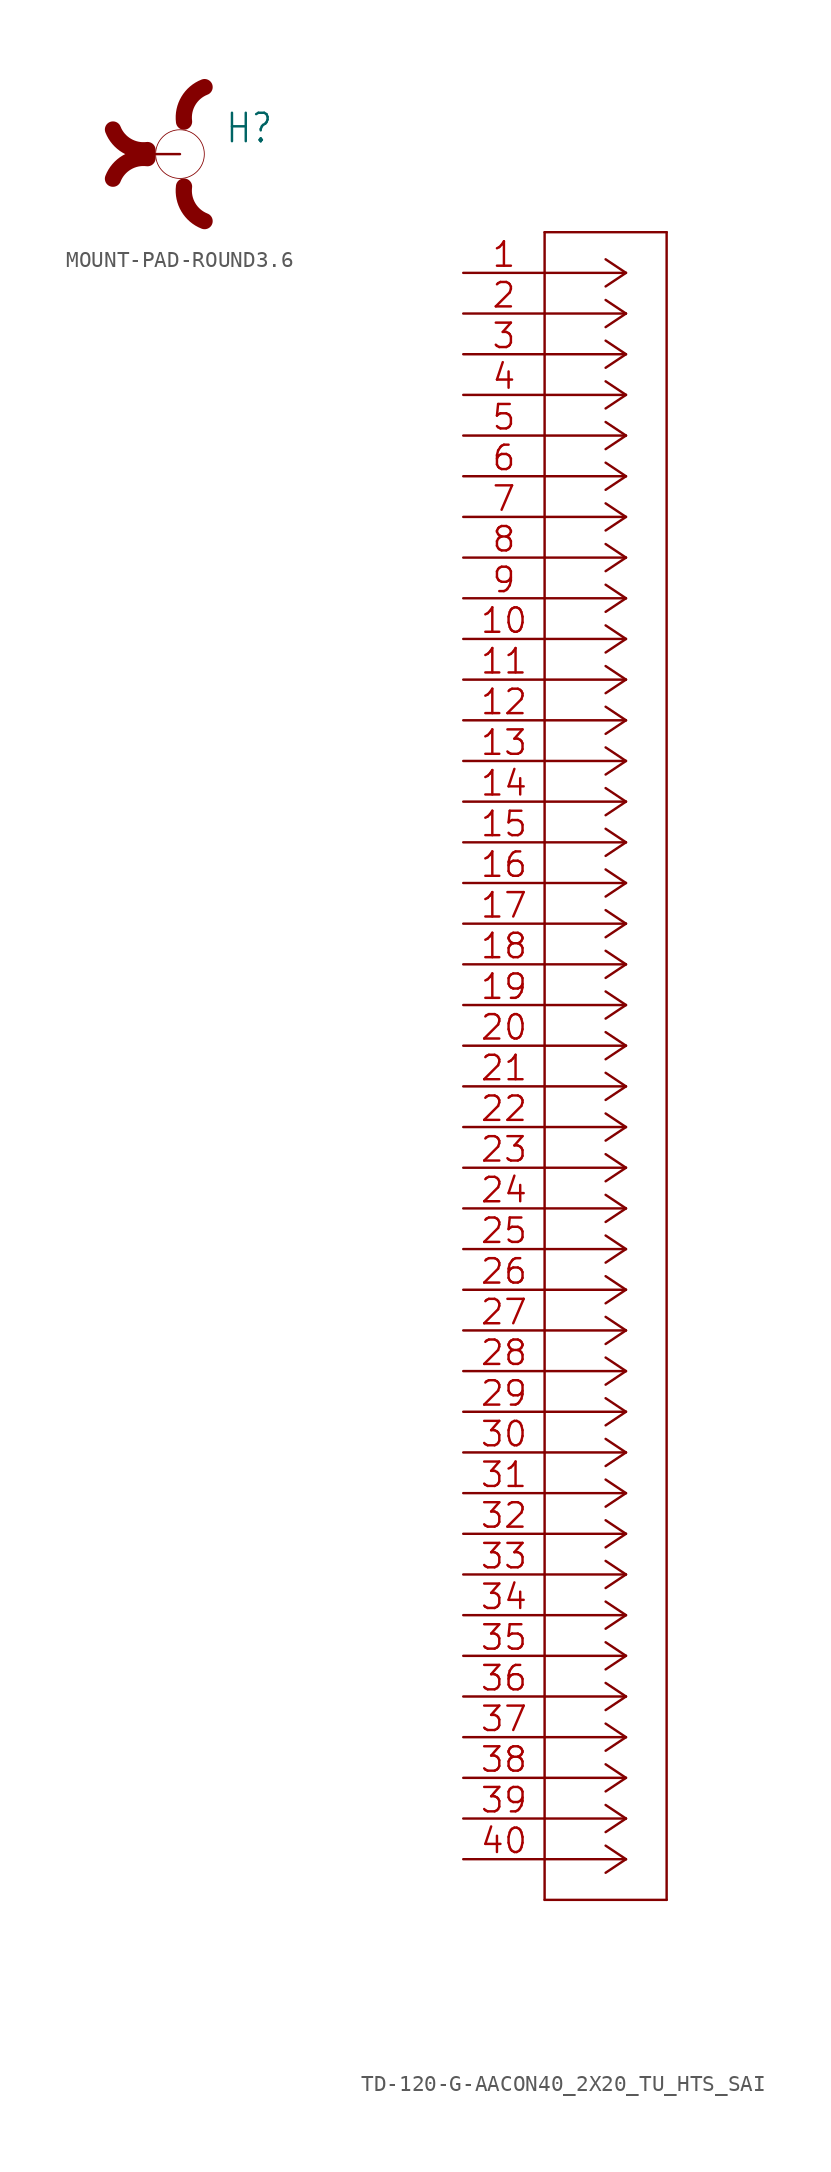
<source format=kicad_sym>
(kicad_symbol_lib
  (version 20241209)
  (generator "kicad_symbol_editor")
  (generator_version "9.0")
  (symbol "MOUNT-PAD-ROUND3.6"
    (property "Reference" "H"
      (at 2.794 0.584 0)
      (effects (font (size 1.778 1.511)) (justify left bottom)))
    (property "Value" ""
      (at 2.794 -2.464 0)
      (effects (font (size 1.778 1.511)) (justify left bottom)))
    (property "ki_locked" ""
      (at 0 0 0)
      (effects (font (size 1.27 1.27))))
    (symbol "MOUNT-PAD-ROUND3.6_1_0"
      (arc (start -2.032 0.254) (mid -3.333 0.5261) (end -4.193 1.5396) (stroke (width 1.016) (type solid)) (fill (type none)))
      (arc (start -4.193 -1.5396) (mid -3.3331 -0.526) (end -2.032 -0.254) (stroke (width 1.016) (type solid)) (fill (type none)))
      (circle (center 0 0) (radius 1.524) (stroke (width 0.051) (type solid)) (fill (type none)))
      (arc (start 0.254 2.032) (mid 0.5261 3.333) (end 1.5396 4.193) (stroke (width 1.016) (type solid)) (fill (type none)))
      (arc (start 1.5396 -4.193) (mid 0.526 -3.3331) (end 0.254 -2.032) (stroke (width 1.016) (type solid)) (fill (type none)))
      (pin passive line (at -2.54 0 0) (length 2.54) (name "MOUNT" (effects (font (size 0 0)))) (number "B3,6" (effects (font (size 0 0)))))))
  (symbol "TD-120-G-AACON40_2X20_TU_HTS_SAI"
    (property "Reference" "J"
      (at 4.165 5.309 0)
      (effects (font (size 2.083 1.77)) (justify left bottom) (hide yes)))
    (property "ki_locked" ""
      (at 0 0 0)
      (effects (font (size 1.27 1.27))))
    (symbol "TD-120-G-AACON40_2X20_TU_HTS_SAI_1_0"
      (polyline (pts (xy 5.08 2.54) (xy 5.08 -101.6)) (stroke (width 0.152) (type solid)) (fill (type none)))
      (polyline (pts (xy 5.08 -101.6) (xy 12.7 -101.6)) (stroke (width 0.152) (type solid)) (fill (type none)))
      (polyline (pts (xy 10.16 0) (xy 5.08 0)) (stroke (width 0.152) (type solid)) (fill (type none)))
      (polyline (pts (xy 10.16 0) (xy 8.89 0.847)) (stroke (width 0.152) (type solid)) (fill (type none)))
      (polyline (pts (xy 10.16 0) (xy 8.89 -0.847)) (stroke (width 0.152) (type solid)) (fill (type none)))
      (polyline (pts (xy 10.16 -2.54) (xy 5.08 -2.54)) (stroke (width 0.152) (type solid)) (fill (type none)))
      (polyline (pts (xy 10.16 -2.54) (xy 8.89 -1.693)) (stroke (width 0.152) (type solid)) (fill (type none)))
      (polyline (pts (xy 10.16 -2.54) (xy 8.89 -3.387)) (stroke (width 0.152) (type solid)) (fill (type none)))
      (polyline (pts (xy 10.16 -5.08) (xy 5.08 -5.08)) (stroke (width 0.152) (type solid)) (fill (type none)))
      (polyline (pts (xy 10.16 -5.08) (xy 8.89 -4.233)) (stroke (width 0.152) (type solid)) (fill (type none)))
      (polyline (pts (xy 10.16 -5.08) (xy 8.89 -5.927)) (stroke (width 0.152) (type solid)) (fill (type none)))
      (polyline (pts (xy 10.16 -7.62) (xy 5.08 -7.62)) (stroke (width 0.152) (type solid)) (fill (type none)))
      (polyline (pts (xy 10.16 -7.62) (xy 8.89 -6.773)) (stroke (width 0.152) (type solid)) (fill (type none)))
      (polyline (pts (xy 10.16 -7.62) (xy 8.89 -8.467)) (stroke (width 0.152) (type solid)) (fill (type none)))
      (polyline (pts (xy 10.16 -10.16) (xy 5.08 -10.16)) (stroke (width 0.152) (type solid)) (fill (type none)))
      (polyline (pts (xy 10.16 -10.16) (xy 8.89 -9.313)) (stroke (width 0.152) (type solid)) (fill (type none)))
      (polyline (pts (xy 10.16 -10.16) (xy 8.89 -11.007)) (stroke (width 0.152) (type solid)) (fill (type none)))
      (polyline (pts (xy 10.16 -12.7) (xy 5.08 -12.7)) (stroke (width 0.152) (type solid)) (fill (type none)))
      (polyline (pts (xy 10.16 -12.7) (xy 8.89 -11.853)) (stroke (width 0.152) (type solid)) (fill (type none)))
      (polyline (pts (xy 10.16 -12.7) (xy 8.89 -13.547)) (stroke (width 0.152) (type solid)) (fill (type none)))
      (polyline (pts (xy 10.16 -15.24) (xy 5.08 -15.24)) (stroke (width 0.152) (type solid)) (fill (type none)))
      (polyline (pts (xy 10.16 -15.24) (xy 8.89 -14.393)) (stroke (width 0.152) (type solid)) (fill (type none)))
      (polyline (pts (xy 10.16 -15.24) (xy 8.89 -16.087)) (stroke (width 0.152) (type solid)) (fill (type none)))
      (polyline (pts (xy 10.16 -17.78) (xy 5.08 -17.78)) (stroke (width 0.152) (type solid)) (fill (type none)))
      (polyline (pts (xy 10.16 -17.78) (xy 8.89 -16.933)) (stroke (width 0.152) (type solid)) (fill (type none)))
      (polyline (pts (xy 10.16 -17.78) (xy 8.89 -18.627)) (stroke (width 0.152) (type solid)) (fill (type none)))
      (polyline (pts (xy 10.16 -20.32) (xy 5.08 -20.32)) (stroke (width 0.152) (type solid)) (fill (type none)))
      (polyline (pts (xy 10.16 -20.32) (xy 8.89 -19.473)) (stroke (width 0.152) (type solid)) (fill (type none)))
      (polyline (pts (xy 10.16 -20.32) (xy 8.89 -21.167)) (stroke (width 0.152) (type solid)) (fill (type none)))
      (polyline (pts (xy 10.16 -22.86) (xy 5.08 -22.86)) (stroke (width 0.152) (type solid)) (fill (type none)))
      (polyline (pts (xy 10.16 -22.86) (xy 8.89 -22.013)) (stroke (width 0.152) (type solid)) (fill (type none)))
      (polyline (pts (xy 10.16 -22.86) (xy 8.89 -23.707)) (stroke (width 0.152) (type solid)) (fill (type none)))
      (polyline (pts (xy 10.16 -25.4) (xy 5.08 -25.4)) (stroke (width 0.152) (type solid)) (fill (type none)))
      (polyline (pts (xy 10.16 -25.4) (xy 8.89 -24.553)) (stroke (width 0.152) (type solid)) (fill (type none)))
      (polyline (pts (xy 10.16 -25.4) (xy 8.89 -26.247)) (stroke (width 0.152) (type solid)) (fill (type none)))
      (polyline (pts (xy 10.16 -27.94) (xy 5.08 -27.94)) (stroke (width 0.152) (type solid)) (fill (type none)))
      (polyline (pts (xy 10.16 -27.94) (xy 8.89 -27.093)) (stroke (width 0.152) (type solid)) (fill (type none)))
      (polyline (pts (xy 10.16 -27.94) (xy 8.89 -28.787)) (stroke (width 0.152) (type solid)) (fill (type none)))
      (polyline (pts (xy 10.16 -30.48) (xy 5.08 -30.48)) (stroke (width 0.152) (type solid)) (fill (type none)))
      (polyline (pts (xy 10.16 -30.48) (xy 8.89 -29.633)) (stroke (width 0.152) (type solid)) (fill (type none)))
      (polyline (pts (xy 10.16 -30.48) (xy 8.89 -31.327)) (stroke (width 0.152) (type solid)) (fill (type none)))
      (polyline (pts (xy 10.16 -33.02) (xy 5.08 -33.02)) (stroke (width 0.152) (type solid)) (fill (type none)))
      (polyline (pts (xy 10.16 -33.02) (xy 8.89 -32.173)) (stroke (width 0.152) (type solid)) (fill (type none)))
      (polyline (pts (xy 10.16 -33.02) (xy 8.89 -33.867)) (stroke (width 0.152) (type solid)) (fill (type none)))
      (polyline (pts (xy 10.16 -35.56) (xy 5.08 -35.56)) (stroke (width 0.152) (type solid)) (fill (type none)))
      (polyline (pts (xy 10.16 -35.56) (xy 8.89 -34.713)) (stroke (width 0.152) (type solid)) (fill (type none)))
      (polyline (pts (xy 10.16 -35.56) (xy 8.89 -36.407)) (stroke (width 0.152) (type solid)) (fill (type none)))
      (polyline (pts (xy 10.16 -38.1) (xy 5.08 -38.1)) (stroke (width 0.152) (type solid)) (fill (type none)))
      (polyline (pts (xy 10.16 -38.1) (xy 8.89 -37.253)) (stroke (width 0.152) (type solid)) (fill (type none)))
      (polyline (pts (xy 10.16 -38.1) (xy 8.89 -38.947)) (stroke (width 0.152) (type solid)) (fill (type none)))
      (polyline (pts (xy 10.16 -40.64) (xy 5.08 -40.64)) (stroke (width 0.152) (type solid)) (fill (type none)))
      (polyline (pts (xy 10.16 -40.64) (xy 8.89 -39.793)) (stroke (width 0.152) (type solid)) (fill (type none)))
      (polyline (pts (xy 10.16 -40.64) (xy 8.89 -41.487)) (stroke (width 0.152) (type solid)) (fill (type none)))
      (polyline (pts (xy 10.16 -43.18) (xy 5.08 -43.18)) (stroke (width 0.152) (type solid)) (fill (type none)))
      (polyline (pts (xy 10.16 -43.18) (xy 8.89 -42.333)) (stroke (width 0.152) (type solid)) (fill (type none)))
      (polyline (pts (xy 10.16 -43.18) (xy 8.89 -44.027)) (stroke (width 0.152) (type solid)) (fill (type none)))
      (polyline (pts (xy 10.16 -45.72) (xy 5.08 -45.72)) (stroke (width 0.152) (type solid)) (fill (type none)))
      (polyline (pts (xy 10.16 -45.72) (xy 8.89 -44.873)) (stroke (width 0.152) (type solid)) (fill (type none)))
      (polyline (pts (xy 10.16 -45.72) (xy 8.89 -46.567)) (stroke (width 0.152) (type solid)) (fill (type none)))
      (polyline (pts (xy 10.16 -48.26) (xy 5.08 -48.26)) (stroke (width 0.152) (type solid)) (fill (type none)))
      (polyline (pts (xy 10.16 -48.26) (xy 8.89 -47.413)) (stroke (width 0.152) (type solid)) (fill (type none)))
      (polyline (pts (xy 10.16 -48.26) (xy 8.89 -49.107)) (stroke (width 0.152) (type solid)) (fill (type none)))
      (polyline (pts (xy 10.16 -50.8) (xy 5.08 -50.8)) (stroke (width 0.152) (type solid)) (fill (type none)))
      (polyline (pts (xy 10.16 -50.8) (xy 8.89 -49.953)) (stroke (width 0.152) (type solid)) (fill (type none)))
      (polyline (pts (xy 10.16 -50.8) (xy 8.89 -51.647)) (stroke (width 0.152) (type solid)) (fill (type none)))
      (polyline (pts (xy 10.16 -53.34) (xy 5.08 -53.34)) (stroke (width 0.152) (type solid)) (fill (type none)))
      (polyline (pts (xy 10.16 -53.34) (xy 8.89 -52.493)) (stroke (width 0.152) (type solid)) (fill (type none)))
      (polyline (pts (xy 10.16 -53.34) (xy 8.89 -54.187)) (stroke (width 0.152) (type solid)) (fill (type none)))
      (polyline (pts (xy 10.16 -55.88) (xy 5.08 -55.88)) (stroke (width 0.152) (type solid)) (fill (type none)))
      (polyline (pts (xy 10.16 -55.88) (xy 8.89 -55.033)) (stroke (width 0.152) (type solid)) (fill (type none)))
      (polyline (pts (xy 10.16 -55.88) (xy 8.89 -56.727)) (stroke (width 0.152) (type solid)) (fill (type none)))
      (polyline (pts (xy 10.16 -58.42) (xy 5.08 -58.42)) (stroke (width 0.152) (type solid)) (fill (type none)))
      (polyline (pts (xy 10.16 -58.42) (xy 8.89 -57.573)) (stroke (width 0.152) (type solid)) (fill (type none)))
      (polyline (pts (xy 10.16 -58.42) (xy 8.89 -59.267)) (stroke (width 0.152) (type solid)) (fill (type none)))
      (polyline (pts (xy 10.16 -60.96) (xy 5.08 -60.96)) (stroke (width 0.152) (type solid)) (fill (type none)))
      (polyline (pts (xy 10.16 -60.96) (xy 8.89 -60.113)) (stroke (width 0.152) (type solid)) (fill (type none)))
      (polyline (pts (xy 10.16 -60.96) (xy 8.89 -61.807)) (stroke (width 0.152) (type solid)) (fill (type none)))
      (polyline (pts (xy 10.16 -63.5) (xy 5.08 -63.5)) (stroke (width 0.152) (type solid)) (fill (type none)))
      (polyline (pts (xy 10.16 -63.5) (xy 8.89 -62.653)) (stroke (width 0.152) (type solid)) (fill (type none)))
      (polyline (pts (xy 10.16 -63.5) (xy 8.89 -64.347)) (stroke (width 0.152) (type solid)) (fill (type none)))
      (polyline (pts (xy 10.16 -66.04) (xy 5.08 -66.04)) (stroke (width 0.152) (type solid)) (fill (type none)))
      (polyline (pts (xy 10.16 -66.04) (xy 8.89 -65.193)) (stroke (width 0.152) (type solid)) (fill (type none)))
      (polyline (pts (xy 10.16 -66.04) (xy 8.89 -66.887)) (stroke (width 0.152) (type solid)) (fill (type none)))
      (polyline (pts (xy 10.16 -68.58) (xy 5.08 -68.58)) (stroke (width 0.152) (type solid)) (fill (type none)))
      (polyline (pts (xy 10.16 -68.58) (xy 8.89 -67.733)) (stroke (width 0.152) (type solid)) (fill (type none)))
      (polyline (pts (xy 10.16 -68.58) (xy 8.89 -69.427)) (stroke (width 0.152) (type solid)) (fill (type none)))
      (polyline (pts (xy 10.16 -71.12) (xy 5.08 -71.12)) (stroke (width 0.152) (type solid)) (fill (type none)))
      (polyline (pts (xy 10.16 -71.12) (xy 8.89 -70.273)) (stroke (width 0.152) (type solid)) (fill (type none)))
      (polyline (pts (xy 10.16 -71.12) (xy 8.89 -71.967)) (stroke (width 0.152) (type solid)) (fill (type none)))
      (polyline (pts (xy 10.16 -73.66) (xy 5.08 -73.66)) (stroke (width 0.152) (type solid)) (fill (type none)))
      (polyline (pts (xy 10.16 -73.66) (xy 8.89 -72.813)) (stroke (width 0.152) (type solid)) (fill (type none)))
      (polyline (pts (xy 10.16 -73.66) (xy 8.89 -74.507)) (stroke (width 0.152) (type solid)) (fill (type none)))
      (polyline (pts (xy 10.16 -76.2) (xy 5.08 -76.2)) (stroke (width 0.152) (type solid)) (fill (type none)))
      (polyline (pts (xy 10.16 -76.2) (xy 8.89 -75.353)) (stroke (width 0.152) (type solid)) (fill (type none)))
      (polyline (pts (xy 10.16 -76.2) (xy 8.89 -77.047)) (stroke (width 0.152) (type solid)) (fill (type none)))
      (polyline (pts (xy 10.16 -78.74) (xy 5.08 -78.74)) (stroke (width 0.152) (type solid)) (fill (type none)))
      (polyline (pts (xy 10.16 -78.74) (xy 8.89 -77.893)) (stroke (width 0.152) (type solid)) (fill (type none)))
      (polyline (pts (xy 10.16 -78.74) (xy 8.89 -79.587)) (stroke (width 0.152) (type solid)) (fill (type none)))
      (polyline (pts (xy 10.16 -81.28) (xy 5.08 -81.28)) (stroke (width 0.152) (type solid)) (fill (type none)))
      (polyline (pts (xy 10.16 -81.28) (xy 8.89 -80.433)) (stroke (width 0.152) (type solid)) (fill (type none)))
      (polyline (pts (xy 10.16 -81.28) (xy 8.89 -82.127)) (stroke (width 0.152) (type solid)) (fill (type none)))
      (polyline (pts (xy 10.16 -83.82) (xy 5.08 -83.82)) (stroke (width 0.152) (type solid)) (fill (type none)))
      (polyline (pts (xy 10.16 -83.82) (xy 8.89 -82.973)) (stroke (width 0.152) (type solid)) (fill (type none)))
      (polyline (pts (xy 10.16 -83.82) (xy 8.89 -84.667)) (stroke (width 0.152) (type solid)) (fill (type none)))
      (polyline (pts (xy 10.16 -86.36) (xy 5.08 -86.36)) (stroke (width 0.152) (type solid)) (fill (type none)))
      (polyline (pts (xy 10.16 -86.36) (xy 8.89 -85.513)) (stroke (width 0.152) (type solid)) (fill (type none)))
      (polyline (pts (xy 10.16 -86.36) (xy 8.89 -87.207)) (stroke (width 0.152) (type solid)) (fill (type none)))
      (polyline (pts (xy 10.16 -88.9) (xy 5.08 -88.9)) (stroke (width 0.152) (type solid)) (fill (type none)))
      (polyline (pts (xy 10.16 -88.9) (xy 8.89 -88.053)) (stroke (width 0.152) (type solid)) (fill (type none)))
      (polyline (pts (xy 10.16 -88.9) (xy 8.89 -89.747)) (stroke (width 0.152) (type solid)) (fill (type none)))
      (polyline (pts (xy 10.16 -91.44) (xy 5.08 -91.44)) (stroke (width 0.152) (type solid)) (fill (type none)))
      (polyline (pts (xy 10.16 -91.44) (xy 8.89 -90.593)) (stroke (width 0.152) (type solid)) (fill (type none)))
      (polyline (pts (xy 10.16 -91.44) (xy 8.89 -92.287)) (stroke (width 0.152) (type solid)) (fill (type none)))
      (polyline (pts (xy 10.16 -93.98) (xy 5.08 -93.98)) (stroke (width 0.152) (type solid)) (fill (type none)))
      (polyline (pts (xy 10.16 -93.98) (xy 8.89 -93.133)) (stroke (width 0.152) (type solid)) (fill (type none)))
      (polyline (pts (xy 10.16 -93.98) (xy 8.89 -94.827)) (stroke (width 0.152) (type solid)) (fill (type none)))
      (polyline (pts (xy 10.16 -96.52) (xy 5.08 -96.52)) (stroke (width 0.152) (type solid)) (fill (type none)))
      (polyline (pts (xy 10.16 -96.52) (xy 8.89 -95.673)) (stroke (width 0.152) (type solid)) (fill (type none)))
      (polyline (pts (xy 10.16 -96.52) (xy 8.89 -97.367)) (stroke (width 0.152) (type solid)) (fill (type none)))
      (polyline (pts (xy 10.16 -99.06) (xy 5.08 -99.06)) (stroke (width 0.152) (type solid)) (fill (type none)))
      (polyline (pts (xy 10.16 -99.06) (xy 8.89 -98.213)) (stroke (width 0.152) (type solid)) (fill (type none)))
      (polyline (pts (xy 10.16 -99.06) (xy 8.89 -99.907)) (stroke (width 0.152) (type solid)) (fill (type none)))
      (polyline (pts (xy 12.7 2.54) (xy 5.08 2.54)) (stroke (width 0.152) (type solid)) (fill (type none)))
      (polyline (pts (xy 12.7 -101.6) (xy 12.7 2.54)) (stroke (width 0.152) (type solid)) (fill (type none)))
      (pin passive line (at 0 0 0) (length 5.08) (name "1" (effects (font (size 0 0)))) (number "1" (effects (font (size 1.524 1.524)))))
      (pin passive line (at 0 -2.54 0) (length 5.08) (name "2" (effects (font (size 0 0)))) (number "2" (effects (font (size 1.524 1.524)))))
      (pin passive line (at 0 -5.08 0) (length 5.08) (name "3" (effects (font (size 0 0)))) (number "3" (effects (font (size 1.524 1.524)))))
      (pin passive line (at 0 -7.62 0) (length 5.08) (name "4" (effects (font (size 0 0)))) (number "4" (effects (font (size 1.524 1.524)))))
      (pin passive line (at 0 -10.16 0) (length 5.08) (name "5" (effects (font (size 0 0)))) (number "5" (effects (font (size 1.524 1.524)))))
      (pin passive line (at 0 -12.7 0) (length 5.08) (name "6" (effects (font (size 0 0)))) (number "6" (effects (font (size 1.524 1.524)))))
      (pin passive line (at 0 -15.24 0) (length 5.08) (name "7" (effects (font (size 0 0)))) (number "7" (effects (font (size 1.524 1.524)))))
      (pin passive line (at 0 -17.78 0) (length 5.08) (name "8" (effects (font (size 0 0)))) (number "8" (effects (font (size 1.524 1.524)))))
      (pin passive line (at 0 -20.32 0) (length 5.08) (name "9" (effects (font (size 0 0)))) (number "9" (effects (font (size 1.524 1.524)))))
      (pin passive line (at 0 -22.86 0) (length 5.08) (name "10" (effects (font (size 0 0)))) (number "10" (effects (font (size 1.524 1.524)))))
      (pin passive line (at 0 -25.4 0) (length 5.08) (name "11" (effects (font (size 0 0)))) (number "11" (effects (font (size 1.524 1.524)))))
      (pin passive line (at 0 -27.94 0) (length 5.08) (name "12" (effects (font (size 0 0)))) (number "12" (effects (font (size 1.524 1.524)))))
      (pin passive line (at 0 -30.48 0) (length 5.08) (name "13" (effects (font (size 0 0)))) (number "13" (effects (font (size 1.524 1.524)))))
      (pin passive line (at 0 -33.02 0) (length 5.08) (name "14" (effects (font (size 0 0)))) (number "14" (effects (font (size 1.524 1.524)))))
      (pin passive line (at 0 -35.56 0) (length 5.08) (name "15" (effects (font (size 0 0)))) (number "15" (effects (font (size 1.524 1.524)))))
      (pin passive line (at 0 -38.1 0) (length 5.08) (name "16" (effects (font (size 0 0)))) (number "16" (effects (font (size 1.524 1.524)))))
      (pin passive line (at 0 -40.64 0) (length 5.08) (name "17" (effects (font (size 0 0)))) (number "17" (effects (font (size 1.524 1.524)))))
      (pin passive line (at 0 -43.18 0) (length 5.08) (name "18" (effects (font (size 0 0)))) (number "18" (effects (font (size 1.524 1.524)))))
      (pin passive line (at 0 -45.72 0) (length 5.08) (name "19" (effects (font (size 0 0)))) (number "19" (effects (font (size 1.524 1.524)))))
      (pin passive line (at 0 -48.26 0) (length 5.08) (name "20" (effects (font (size 0 0)))) (number "20" (effects (font (size 1.524 1.524)))))
      (pin passive line (at 0 -50.8 0) (length 5.08) (name "21" (effects (font (size 0 0)))) (number "21" (effects (font (size 1.524 1.524)))))
      (pin passive line (at 0 -53.34 0) (length 5.08) (name "22" (effects (font (size 0 0)))) (number "22" (effects (font (size 1.524 1.524)))))
      (pin passive line (at 0 -55.88 0) (length 5.08) (name "23" (effects (font (size 0 0)))) (number "23" (effects (font (size 1.524 1.524)))))
      (pin passive line (at 0 -58.42 0) (length 5.08) (name "24" (effects (font (size 0 0)))) (number "24" (effects (font (size 1.524 1.524)))))
      (pin passive line (at 0 -60.96 0) (length 5.08) (name "25" (effects (font (size 0 0)))) (number "25" (effects (font (size 1.524 1.524)))))
      (pin passive line (at 0 -63.5 0) (length 5.08) (name "26" (effects (font (size 0 0)))) (number "26" (effects (font (size 1.524 1.524)))))
      (pin passive line (at 0 -66.04 0) (length 5.08) (name "27" (effects (font (size 0 0)))) (number "27" (effects (font (size 1.524 1.524)))))
      (pin passive line (at 0 -68.58 0) (length 5.08) (name "28" (effects (font (size 0 0)))) (number "28" (effects (font (size 1.524 1.524)))))
      (pin passive line (at 0 -71.12 0) (length 5.08) (name "29" (effects (font (size 0 0)))) (number "29" (effects (font (size 1.524 1.524)))))
      (pin passive line (at 0 -73.66 0) (length 5.08) (name "30" (effects (font (size 0 0)))) (number "30" (effects (font (size 1.524 1.524)))))
      (pin passive line (at 0 -76.2 0) (length 5.08) (name "31" (effects (font (size 0 0)))) (number "31" (effects (font (size 1.524 1.524)))))
      (pin passive line (at 0 -78.74 0) (length 5.08) (name "32" (effects (font (size 0 0)))) (number "32" (effects (font (size 1.524 1.524)))))
      (pin passive line (at 0 -81.28 0) (length 5.08) (name "33" (effects (font (size 0 0)))) (number "33" (effects (font (size 1.524 1.524)))))
      (pin passive line (at 0 -83.82 0) (length 5.08) (name "34" (effects (font (size 0 0)))) (number "34" (effects (font (size 1.524 1.524)))))
      (pin passive line (at 0 -86.36 0) (length 5.08) (name "35" (effects (font (size 0 0)))) (number "35" (effects (font (size 1.524 1.524)))))
      (pin passive line (at 0 -88.9 0) (length 5.08) (name "36" (effects (font (size 0 0)))) (number "36" (effects (font (size 1.524 1.524)))))
      (pin passive line (at 0 -91.44 0) (length 5.08) (name "37" (effects (font (size 0 0)))) (number "37" (effects (font (size 1.524 1.524)))))
      (pin passive line (at 0 -93.98 0) (length 5.08) (name "38" (effects (font (size 0 0)))) (number "38" (effects (font (size 1.524 1.524)))))
      (pin passive line (at 0 -96.52 0) (length 5.08) (name "39" (effects (font (size 0 0)))) (number "39" (effects (font (size 1.524 1.524)))))
      (pin passive line (at 0 -99.06 0) (length 5.08) (name "40" (effects (font (size 0 0)))) (number "40" (effects (font (size 1.524 1.524))))))))
</source>
